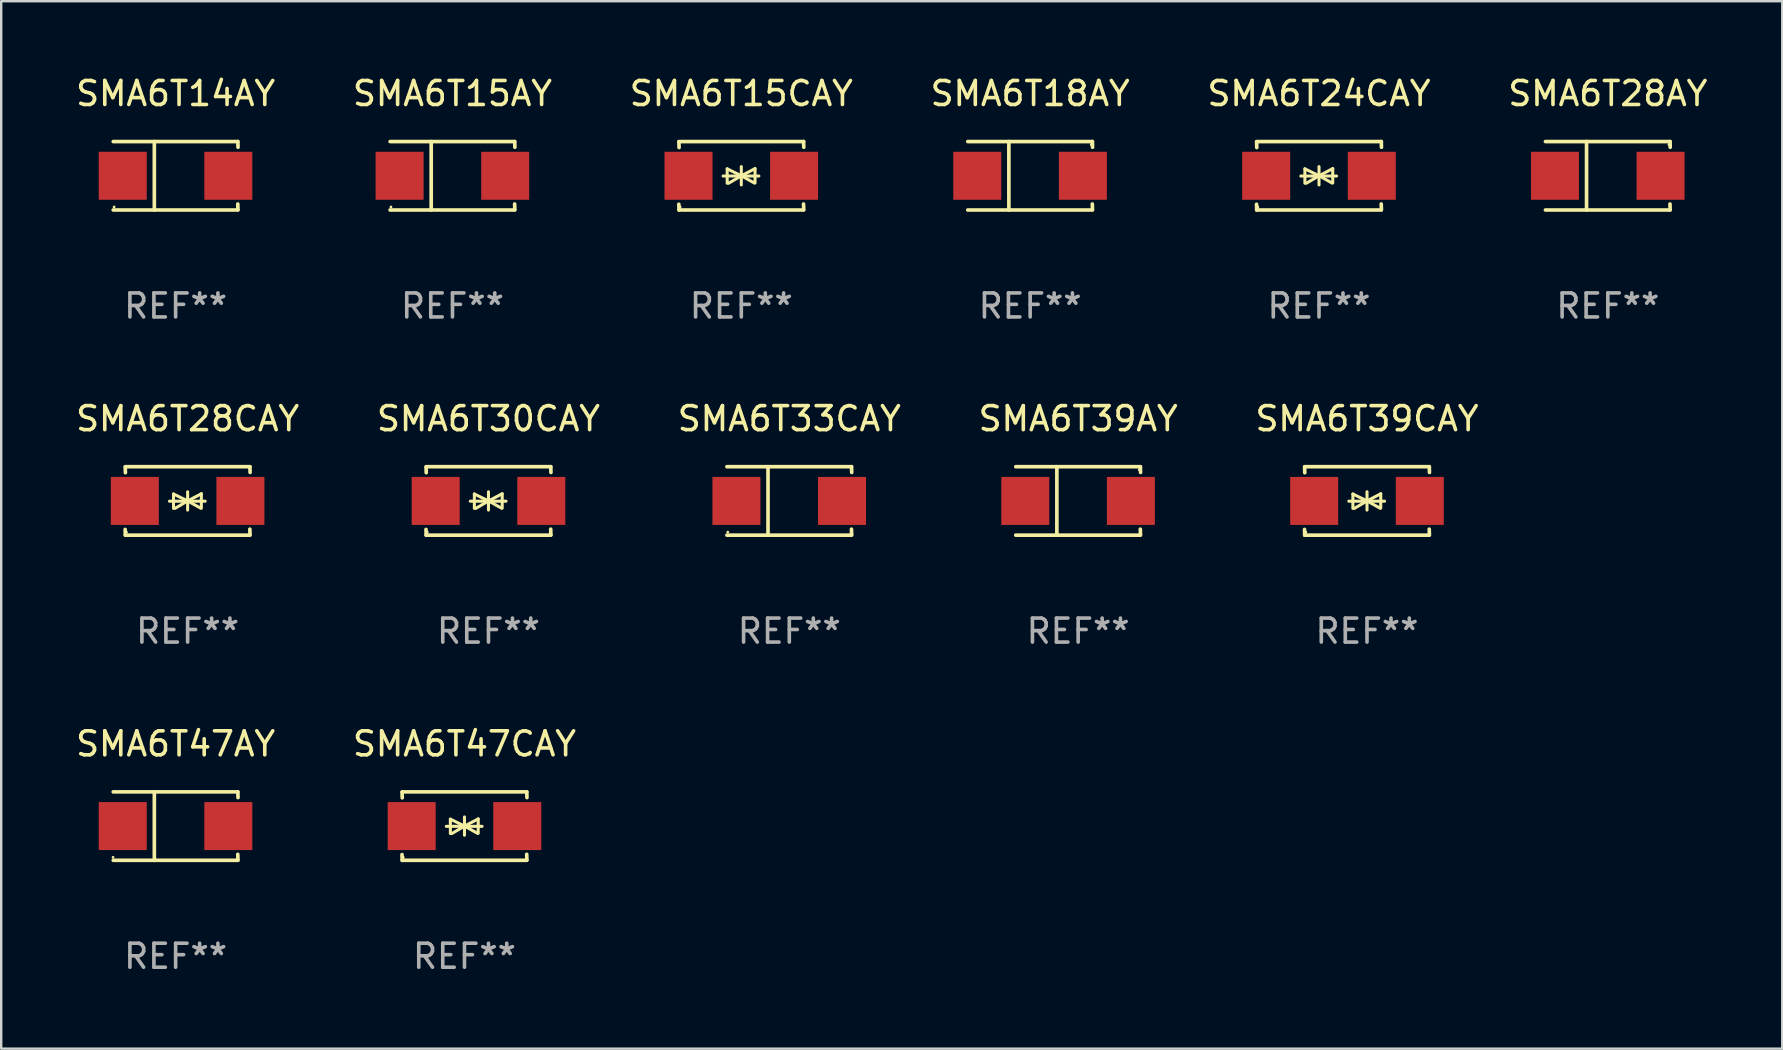
<source format=kicad_pcb>
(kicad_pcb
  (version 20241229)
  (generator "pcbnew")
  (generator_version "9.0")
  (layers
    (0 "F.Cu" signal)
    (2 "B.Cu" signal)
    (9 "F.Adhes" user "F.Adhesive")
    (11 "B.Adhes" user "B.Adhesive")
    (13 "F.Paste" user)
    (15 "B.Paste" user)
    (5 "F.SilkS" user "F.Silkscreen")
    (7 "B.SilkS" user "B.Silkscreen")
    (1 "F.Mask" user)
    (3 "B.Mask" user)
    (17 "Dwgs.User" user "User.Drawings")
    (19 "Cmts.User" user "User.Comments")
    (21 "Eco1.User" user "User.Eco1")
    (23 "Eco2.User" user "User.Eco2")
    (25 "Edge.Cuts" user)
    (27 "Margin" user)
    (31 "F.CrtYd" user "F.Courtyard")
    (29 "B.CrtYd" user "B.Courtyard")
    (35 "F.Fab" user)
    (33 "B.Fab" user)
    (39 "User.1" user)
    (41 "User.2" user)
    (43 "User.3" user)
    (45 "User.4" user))
  (footprint "SMA6T28CAY"
    (layer "F.Cu")
    (at 4.768 17.823)
    (property "Reference" "SMA6T28CAY" (at 0 -3.426 0) (layer "F.SilkS") (effects (font (size 1 1) (thickness 0.15))))
    (attr through_hole)
    (fp_line (start -2.596 -1.426) (end 2.596 -1.426) (stroke (width 0.152) (type solid)) (layer "F.SilkS"))
    (fp_line (start -2.596 1.426) (end -2.603 1.187) (stroke (width 0.152) (type solid)) (layer "F.SilkS"))
    (fp_line (start -2.596 1.426) (end 2.596 1.426) (stroke (width 0.152) (type solid)) (layer "F.SilkS"))
    (fp_line (start -2.593 -1.176) (end -2.6 -1.415) (stroke (width 0.152) (type solid)) (layer "F.SilkS"))
    (fp_line (start -0.758 0.011) (end 0.732 0.011) (stroke (width 0.127) (type solid)) (layer "F.SilkS"))
    (fp_line (start -0.588 -0.289) (end -0.588 0.311) (stroke (width 0.127) (type solid)) (layer "F.SilkS"))
    (fp_line (start -0.588 -0.289) (end 0 0) (stroke (width 0.127) (type solid)) (layer "F.SilkS"))
    (fp_line (start -0.528 0.311) (end 0 0) (stroke (width 0.127) (type solid)) (layer "F.SilkS"))
    (fp_line (start 0 0) (end 0 -0.381) (stroke (width 0.127) (type solid)) (layer "F.SilkS"))
    (fp_line (start 0 0) (end 0 0.381) (stroke (width 0.127) (type solid)) (layer "F.SilkS"))
    (fp_line (start 0.542 0.301) (end 0 0) (stroke (width 0.127) (type solid)) (layer "F.SilkS"))
    (fp_line (start 0.572 -0.299) (end 0 0) (stroke (width 0.127) (type solid)) (layer "F.SilkS"))
    (fp_line (start 0.572 -0.299) (end 0.572 0.301) (stroke (width 0.127) (type solid)) (layer "F.SilkS"))
    (fp_line (start 2.593 1.176) (end 2.6 1.415) (stroke (width 0.152) (type solid)) (layer "F.SilkS"))
    (fp_line (start 2.596 -1.426) (end 2.603 -1.187) (stroke (width 0.152) (type solid)) (layer "F.SilkS"))
    (fp_circle (center -2.55 1.3) (end -2.52 1.3) (stroke (width 0.06) (type solid)) (fill no) (layer "F.SilkS"))
    (fp_text user "REF**" (at 0 5.426 0) (layer "F.Fab") (effects (font (size 1 1) (thickness 0.15))))
    (pad "1" smd rect (at -2.2 0 180) (size 2 2) (layers "F.Cu" "F.Mask" "F.Paste"))
    (pad "2" smd rect (at 2.2 0 180) (size 2 2) (layers "F.Cu" "F.Mask" "F.Paste")))
  (footprint "SMA6T24CAY"
    (layer "F.Cu")
    (at 51.911 4.274)
    (property "Reference" "SMA6T24CAY" (at 0 -3.426 0) (layer "F.SilkS") (effects (font (size 1 1) (thickness 0.15))))
    (attr through_hole)
    (fp_line (start -2.596 -1.426) (end 2.596 -1.426) (stroke (width 0.152) (type solid)) (layer "F.SilkS"))
    (fp_line (start -2.596 1.426) (end -2.603 1.187) (stroke (width 0.152) (type solid)) (layer "F.SilkS"))
    (fp_line (start -2.596 1.426) (end 2.596 1.426) (stroke (width 0.152) (type solid)) (layer "F.SilkS"))
    (fp_line (start -2.593 -1.176) (end -2.6 -1.415) (stroke (width 0.152) (type solid)) (layer "F.SilkS"))
    (fp_line (start -0.758 0.011) (end 0.732 0.011) (stroke (width 0.127) (type solid)) (layer "F.SilkS"))
    (fp_line (start -0.588 -0.289) (end -0.588 0.311) (stroke (width 0.127) (type solid)) (layer "F.SilkS"))
    (fp_line (start -0.588 -0.289) (end 0 0) (stroke (width 0.127) (type solid)) (layer "F.SilkS"))
    (fp_line (start -0.528 0.311) (end 0 0) (stroke (width 0.127) (type solid)) (layer "F.SilkS"))
    (fp_line (start 0 0) (end 0 -0.381) (stroke (width 0.127) (type solid)) (layer "F.SilkS"))
    (fp_line (start 0 0) (end 0 0.381) (stroke (width 0.127) (type solid)) (layer "F.SilkS"))
    (fp_line (start 0.542 0.301) (end 0 0) (stroke (width 0.127) (type solid)) (layer "F.SilkS"))
    (fp_line (start 0.572 -0.299) (end 0 0) (stroke (width 0.127) (type solid)) (layer "F.SilkS"))
    (fp_line (start 0.572 -0.299) (end 0.572 0.301) (stroke (width 0.127) (type solid)) (layer "F.SilkS"))
    (fp_line (start 2.593 1.176) (end 2.6 1.415) (stroke (width 0.152) (type solid)) (layer "F.SilkS"))
    (fp_line (start 2.596 -1.426) (end 2.603 -1.187) (stroke (width 0.152) (type solid)) (layer "F.SilkS"))
    (fp_circle (center -2.55 1.3) (end -2.52 1.3) (stroke (width 0.06) (type solid)) (fill no) (layer "F.SilkS"))
    (fp_text user "REF**" (at 0 5.426 0) (layer "F.Fab") (effects (font (size 1 1) (thickness 0.15))))
    (pad "1" smd rect (at -2.2 0 180) (size 2 2) (layers "F.Cu" "F.Mask" "F.Paste"))
    (pad "2" smd rect (at 2.2 0 180) (size 2 2) (layers "F.Cu" "F.Mask" "F.Paste")))
  (footprint "SMA6T18AY"
    (layer "F.Cu")
    (at 39.875 4.274)
    (property "Reference" "SMA6T18AY" (at 0 -3.426 0) (layer "F.SilkS") (effects (font (size 1 1) (thickness 0.15))))
    (attr through_hole)
    (fp_line (start -2.6 -1.426) (end 2.593 -1.426) (stroke (width 0.152) (type solid)) (layer "F.SilkS"))
    (fp_line (start -2.6 1.426) (end 2.593 1.426) (stroke (width 0.152) (type solid)) (layer "F.SilkS"))
    (fp_line (start -0.887 -1.426) (end -0.887 1.426) (stroke (width 0.152) (type solid)) (layer "F.SilkS"))
    (fp_line (start 2.59 1.176) (end 2.597 1.415) (stroke (width 0.152) (type solid)) (layer "F.SilkS"))
    (fp_line (start 2.593 -1.426) (end 2.6 -1.187) (stroke (width 0.152) (type solid)) (layer "F.SilkS"))
    (fp_circle (center 2.547 -1.3) (end 2.577 -1.3) (stroke (width 0.06) (type solid)) (fill no) (layer "F.SilkS"))
    (fp_text user "REF**" (at 0 5.426 0) (layer "F.Fab") (effects (font (size 1 1) (thickness 0.15))))
    (pad "1" smd rect (at 2.197 -0.000025 180) (size 2 2) (layers "F.Cu" "F.Mask" "F.Paste"))
    (pad "2" smd rect (at -2.203 -0.000025 180) (size 2 2) (layers "F.Cu" "F.Mask" "F.Paste")))
  (footprint "SMA6T39CAY"
    (layer "F.Cu")
    (at 53.911 17.823)
    (property "Reference" "SMA6T39CAY" (at 0 -3.426 0) (layer "F.SilkS") (effects (font (size 1 1) (thickness 0.15))))
    (attr through_hole)
    (fp_line (start -2.596 -1.426) (end 2.596 -1.426) (stroke (width 0.152) (type solid)) (layer "F.SilkS"))
    (fp_line (start -2.596 1.426) (end -2.603 1.187) (stroke (width 0.152) (type solid)) (layer "F.SilkS"))
    (fp_line (start -2.596 1.426) (end 2.596 1.426) (stroke (width 0.152) (type solid)) (layer "F.SilkS"))
    (fp_line (start -2.593 -1.176) (end -2.6 -1.415) (stroke (width 0.152) (type solid)) (layer "F.SilkS"))
    (fp_line (start -0.758 0.011) (end 0.732 0.011) (stroke (width 0.127) (type solid)) (layer "F.SilkS"))
    (fp_line (start -0.588 -0.289) (end -0.588 0.311) (stroke (width 0.127) (type solid)) (layer "F.SilkS"))
    (fp_line (start -0.588 -0.289) (end 0 0) (stroke (width 0.127) (type solid)) (layer "F.SilkS"))
    (fp_line (start -0.528 0.311) (end 0 0) (stroke (width 0.127) (type solid)) (layer "F.SilkS"))
    (fp_line (start 0 0) (end 0 -0.381) (stroke (width 0.127) (type solid)) (layer "F.SilkS"))
    (fp_line (start 0 0) (end 0 0.381) (stroke (width 0.127) (type solid)) (layer "F.SilkS"))
    (fp_line (start 0.542 0.301) (end 0 0) (stroke (width 0.127) (type solid)) (layer "F.SilkS"))
    (fp_line (start 0.572 -0.299) (end 0 0) (stroke (width 0.127) (type solid)) (layer "F.SilkS"))
    (fp_line (start 0.572 -0.299) (end 0.572 0.301) (stroke (width 0.127) (type solid)) (layer "F.SilkS"))
    (fp_line (start 2.593 1.176) (end 2.6 1.415) (stroke (width 0.152) (type solid)) (layer "F.SilkS"))
    (fp_line (start 2.596 -1.426) (end 2.603 -1.187) (stroke (width 0.152) (type solid)) (layer "F.SilkS"))
    (fp_circle (center -2.55 1.3) (end -2.52 1.3) (stroke (width 0.06) (type solid)) (fill no) (layer "F.SilkS"))
    (fp_text user "REF**" (at 0 5.426 0) (layer "F.Fab") (effects (font (size 1 1) (thickness 0.15))))
    (pad "1" smd rect (at -2.2 0 180) (size 2 2) (layers "F.Cu" "F.Mask" "F.Paste"))
    (pad "2" smd rect (at 2.2 0 180) (size 2 2) (layers "F.Cu" "F.Mask" "F.Paste")))
  (footprint "SMA6T39AY"
    (layer "F.Cu")
    (at 41.875 17.823)
    (property "Reference" "SMA6T39AY" (at 0 -3.426 0) (layer "F.SilkS") (effects (font (size 1 1) (thickness 0.15))))
    (attr through_hole)
    (fp_line (start -2.6 -1.426) (end 2.593 -1.426) (stroke (width 0.152) (type solid)) (layer "F.SilkS"))
    (fp_line (start -2.6 1.426) (end 2.593 1.426) (stroke (width 0.152) (type solid)) (layer "F.SilkS"))
    (fp_line (start -0.887 -1.426) (end -0.887 1.426) (stroke (width 0.152) (type solid)) (layer "F.SilkS"))
    (fp_line (start 2.59 1.176) (end 2.597 1.415) (stroke (width 0.152) (type solid)) (layer "F.SilkS"))
    (fp_line (start 2.593 -1.426) (end 2.6 -1.187) (stroke (width 0.152) (type solid)) (layer "F.SilkS"))
    (fp_circle (center 2.547 -1.3) (end 2.577 -1.3) (stroke (width 0.06) (type solid)) (fill no) (layer "F.SilkS"))
    (fp_text user "REF**" (at 0 5.426 0) (layer "F.Fab") (effects (font (size 1 1) (thickness 0.15))))
    (pad "1" smd rect (at 2.197 -0.000025 180) (size 2 2) (layers "F.Cu" "F.Mask" "F.Paste"))
    (pad "2" smd rect (at -2.203 -0.000025 180) (size 2 2) (layers "F.Cu" "F.Mask" "F.Paste")))
  (footprint "SMA6T28AY"
    (layer "F.Cu")
    (at 63.946 4.274)
    (property "Reference" "SMA6T28AY" (at 0 -3.426 0) (layer "F.SilkS") (effects (font (size 1 1) (thickness 0.15))))
    (attr through_hole)
    (fp_line (start -2.6 -1.426) (end 2.593 -1.426) (stroke (width 0.152) (type solid)) (layer "F.SilkS"))
    (fp_line (start -2.6 1.426) (end 2.593 1.426) (stroke (width 0.152) (type solid)) (layer "F.SilkS"))
    (fp_line (start -0.887 -1.426) (end -0.887 1.426) (stroke (width 0.152) (type solid)) (layer "F.SilkS"))
    (fp_line (start 2.59 1.176) (end 2.597 1.415) (stroke (width 0.152) (type solid)) (layer "F.SilkS"))
    (fp_line (start 2.593 -1.426) (end 2.6 -1.187) (stroke (width 0.152) (type solid)) (layer "F.SilkS"))
    (fp_circle (center 2.547 -1.3) (end 2.577 -1.3) (stroke (width 0.06) (type solid)) (fill no) (layer "F.SilkS"))
    (fp_text user "REF**" (at 0 5.426 0) (layer "F.Fab") (effects (font (size 1 1) (thickness 0.15))))
    (pad "1" smd rect (at 2.197 -0.000025 180) (size 2 2) (layers "F.Cu" "F.Mask" "F.Paste"))
    (pad "2" smd rect (at -2.203 -0.000025 180) (size 2 2) (layers "F.Cu" "F.Mask" "F.Paste")))
  (footprint "SMA6T47AY"
    (layer "F.Cu")
    (at 4.268 31.372)
    (property "Reference" "SMA6T47AY" (at 0 -3.426 0) (layer "F.SilkS") (effects (font (size 1 1) (thickness 0.15))))
    (attr through_hole)
    (fp_line (start -2.6 -1.426) (end 2.593 -1.426) (stroke (width 0.152) (type solid)) (layer "F.SilkS"))
    (fp_line (start -2.6 1.426) (end 2.593 1.426) (stroke (width 0.152) (type solid)) (layer "F.SilkS"))
    (fp_line (start -0.887 -1.426) (end -0.887 1.426) (stroke (width 0.152) (type solid)) (layer "F.SilkS"))
    (fp_line (start 2.59 1.176) (end 2.597 1.415) (stroke (width 0.152) (type solid)) (layer "F.SilkS"))
    (fp_line (start 2.593 -1.426) (end 2.6 -1.187) (stroke (width 0.152) (type solid)) (layer "F.SilkS"))
    (fp_circle (center -2.608 1.3) (end -2.578 1.3) (stroke (width 0.06) (type solid)) (fill no) (layer "F.SilkS"))
    (fp_text user "REF**" (at 0 5.426 0) (layer "F.Fab") (effects (font (size 1 1) (thickness 0.15))))
    (pad "1" smd rect (at -2.203 0 180) (size 2 2) (layers "F.Cu" "F.Mask" "F.Paste"))
    (pad "2" smd rect (at 2.197 0 180) (size 2 2) (layers "F.Cu" "F.Mask" "F.Paste")))
  (footprint "SMA6T15CAY"
    (layer "F.Cu")
    (at 27.839 4.274)
    (property "Reference" "SMA6T15CAY" (at 0 -3.426 0) (layer "F.SilkS") (effects (font (size 1 1) (thickness 0.15))))
    (attr through_hole)
    (fp_line (start -2.596 -1.426) (end 2.596 -1.426) (stroke (width 0.152) (type solid)) (layer "F.SilkS"))
    (fp_line (start -2.596 1.426) (end -2.603 1.187) (stroke (width 0.152) (type solid)) (layer "F.SilkS"))
    (fp_line (start -2.596 1.426) (end 2.596 1.426) (stroke (width 0.152) (type solid)) (layer "F.SilkS"))
    (fp_line (start -2.593 -1.176) (end -2.6 -1.415) (stroke (width 0.152) (type solid)) (layer "F.SilkS"))
    (fp_line (start -0.758 0.011) (end 0.732 0.011) (stroke (width 0.127) (type solid)) (layer "F.SilkS"))
    (fp_line (start -0.588 -0.289) (end -0.588 0.311) (stroke (width 0.127) (type solid)) (layer "F.SilkS"))
    (fp_line (start -0.588 -0.289) (end 0 0) (stroke (width 0.127) (type solid)) (layer "F.SilkS"))
    (fp_line (start -0.528 0.311) (end 0 0) (stroke (width 0.127) (type solid)) (layer "F.SilkS"))
    (fp_line (start 0 0) (end 0 -0.381) (stroke (width 0.127) (type solid)) (layer "F.SilkS"))
    (fp_line (start 0 0) (end 0 0.381) (stroke (width 0.127) (type solid)) (layer "F.SilkS"))
    (fp_line (start 0.542 0.301) (end 0 0) (stroke (width 0.127) (type solid)) (layer "F.SilkS"))
    (fp_line (start 0.572 -0.299) (end 0 0) (stroke (width 0.127) (type solid)) (layer "F.SilkS"))
    (fp_line (start 0.572 -0.299) (end 0.572 0.301) (stroke (width 0.127) (type solid)) (layer "F.SilkS"))
    (fp_line (start 2.593 1.176) (end 2.6 1.415) (stroke (width 0.152) (type solid)) (layer "F.SilkS"))
    (fp_line (start 2.596 -1.426) (end 2.603 -1.187) (stroke (width 0.152) (type solid)) (layer "F.SilkS"))
    (fp_circle (center -2.55 1.3) (end -2.52 1.3) (stroke (width 0.06) (type solid)) (fill no) (layer "F.SilkS"))
    (fp_text user "REF**" (at 0 5.426 0) (layer "F.Fab") (effects (font (size 1 1) (thickness 0.15))))
    (pad "1" smd rect (at -2.2 0 180) (size 2 2) (layers "F.Cu" "F.Mask" "F.Paste"))
    (pad "2" smd rect (at 2.2 0 180) (size 2 2) (layers "F.Cu" "F.Mask" "F.Paste")))
  (footprint "SMA6T15AY"
    (layer "F.Cu")
    (at 15.804 4.274)
    (property "Reference" "SMA6T15AY" (at 0 -3.426 0) (layer "F.SilkS") (effects (font (size 1 1) (thickness 0.15))))
    (attr through_hole)
    (fp_line (start -2.6 -1.426) (end 2.593 -1.426) (stroke (width 0.152) (type solid)) (layer "F.SilkS"))
    (fp_line (start -2.6 1.426) (end 2.593 1.426) (stroke (width 0.152) (type solid)) (layer "F.SilkS"))
    (fp_line (start -0.887 -1.426) (end -0.887 1.426) (stroke (width 0.152) (type solid)) (layer "F.SilkS"))
    (fp_line (start 2.59 1.176) (end 2.597 1.415) (stroke (width 0.152) (type solid)) (layer "F.SilkS"))
    (fp_line (start 2.593 -1.426) (end 2.6 -1.187) (stroke (width 0.152) (type solid)) (layer "F.SilkS"))
    (fp_circle (center -2.563 1.3) (end -2.533 1.3) (stroke (width 0.06) (type solid)) (fill no) (layer "F.SilkS"))
    (fp_text user "REF**" (at 0 5.426 0) (layer "F.Fab") (effects (font (size 1 1) (thickness 0.15))))
    (pad "1" smd rect (at -2.203 -0.000025 180) (size 2 2) (layers "F.Cu" "F.Mask" "F.Paste"))
    (pad "2" smd rect (at 2.197 -0.000025 180) (size 2 2) (layers "F.Cu" "F.Mask" "F.Paste")))
  (footprint "SMA6T14AY"
    (layer "F.Cu")
    (at 4.268 4.274)
    (property "Reference" "SMA6T14AY" (at 0 -3.426 0) (layer "F.SilkS") (effects (font (size 1 1) (thickness 0.15))))
    (attr through_hole)
    (fp_line (start -2.6 -1.426) (end 2.593 -1.426) (stroke (width 0.152) (type solid)) (layer "F.SilkS"))
    (fp_line (start -2.6 1.426) (end 2.593 1.426) (stroke (width 0.152) (type solid)) (layer "F.SilkS"))
    (fp_line (start -0.887 -1.426) (end -0.887 1.426) (stroke (width 0.152) (type solid)) (layer "F.SilkS"))
    (fp_line (start 2.59 1.176) (end 2.597 1.415) (stroke (width 0.152) (type solid)) (layer "F.SilkS"))
    (fp_line (start 2.593 -1.426) (end 2.6 -1.187) (stroke (width 0.152) (type solid)) (layer "F.SilkS"))
    (fp_circle (center -2.563 1.3) (end -2.533 1.3) (stroke (width 0.06) (type solid)) (fill no) (layer "F.SilkS"))
    (fp_text user "REF**" (at 0 5.426 0) (layer "F.Fab") (effects (font (size 1 1) (thickness 0.15))))
    (pad "1" smd rect (at -2.203 -0.000025 180) (size 2 2) (layers "F.Cu" "F.Mask" "F.Paste"))
    (pad "2" smd rect (at 2.197 -0.000025 180) (size 2 2) (layers "F.Cu" "F.Mask" "F.Paste")))
  (footprint "SMA6T33CAY"
    (layer "F.Cu")
    (at 29.839 17.823)
    (property "Reference" "SMA6T33CAY" (at 0 -3.426 0) (layer "F.SilkS") (effects (font (size 1 1) (thickness 0.15))))
    (attr through_hole)
    (fp_line (start -2.6 -1.426) (end 2.593 -1.426) (stroke (width 0.152) (type solid)) (layer "F.SilkS"))
    (fp_line (start -2.6 1.426) (end 2.593 1.426) (stroke (width 0.152) (type solid)) (layer "F.SilkS"))
    (fp_line (start -0.887 -1.426) (end -0.887 1.426) (stroke (width 0.152) (type solid)) (layer "F.SilkS"))
    (fp_line (start 2.59 1.176) (end 2.597 1.415) (stroke (width 0.152) (type solid)) (layer "F.SilkS"))
    (fp_line (start 2.593 -1.426) (end 2.6 -1.187) (stroke (width 0.152) (type solid)) (layer "F.SilkS"))
    (fp_circle (center -2.563 1.3) (end -2.533 1.3) (stroke (width 0.06) (type solid)) (fill no) (layer "F.SilkS"))
    (fp_text user "REF**" (at 0 5.426 0) (layer "F.Fab") (effects (font (size 1 1) (thickness 0.15))))
    (pad "1" smd rect (at -2.203 -0.000025 180) (size 2 2) (layers "F.Cu" "F.Mask" "F.Paste"))
    (pad "2" smd rect (at 2.197 -0.000025 180) (size 2 2) (layers "F.Cu" "F.Mask" "F.Paste")))
  (footprint "SMA6T47CAY"
    (layer "F.Cu")
    (at 16.304 31.372)
    (property "Reference" "SMA6T47CAY" (at 0 -3.426 0) (layer "F.SilkS") (effects (font (size 1 1) (thickness 0.15))))
    (attr through_hole)
    (fp_line (start -2.596 -1.426) (end 2.596 -1.426) (stroke (width 0.152) (type solid)) (layer "F.SilkS"))
    (fp_line (start -2.596 1.426) (end -2.603 1.187) (stroke (width 0.152) (type solid)) (layer "F.SilkS"))
    (fp_line (start -2.596 1.426) (end 2.596 1.426) (stroke (width 0.152) (type solid)) (layer "F.SilkS"))
    (fp_line (start -2.593 -1.176) (end -2.6 -1.415) (stroke (width 0.152) (type solid)) (layer "F.SilkS"))
    (fp_line (start -0.758 0.011) (end 0.732 0.011) (stroke (width 0.127) (type solid)) (layer "F.SilkS"))
    (fp_line (start -0.588 -0.289) (end -0.588 0.311) (stroke (width 0.127) (type solid)) (layer "F.SilkS"))
    (fp_line (start -0.588 -0.289) (end 0 0) (stroke (width 0.127) (type solid)) (layer "F.SilkS"))
    (fp_line (start -0.528 0.311) (end 0 0) (stroke (width 0.127) (type solid)) (layer "F.SilkS"))
    (fp_line (start 0 0) (end 0 -0.381) (stroke (width 0.127) (type solid)) (layer "F.SilkS"))
    (fp_line (start 0 0) (end 0 0.381) (stroke (width 0.127) (type solid)) (layer "F.SilkS"))
    (fp_line (start 0.542 0.301) (end 0 0) (stroke (width 0.127) (type solid)) (layer "F.SilkS"))
    (fp_line (start 0.572 -0.299) (end 0 0) (stroke (width 0.127) (type solid)) (layer "F.SilkS"))
    (fp_line (start 0.572 -0.299) (end 0.572 0.301) (stroke (width 0.127) (type solid)) (layer "F.SilkS"))
    (fp_line (start 2.593 1.176) (end 2.6 1.415) (stroke (width 0.152) (type solid)) (layer "F.SilkS"))
    (fp_line (start 2.596 -1.426) (end 2.603 -1.187) (stroke (width 0.152) (type solid)) (layer "F.SilkS"))
    (fp_circle (center -2.55 1.3) (end -2.52 1.3) (stroke (width 0.06) (type solid)) (fill no) (layer "F.SilkS"))
    (fp_text user "REF**" (at 0 5.426 0) (layer "F.Fab") (effects (font (size 1 1) (thickness 0.15))))
    (pad "1" smd rect (at -2.2 0 180) (size 2 2) (layers "F.Cu" "F.Mask" "F.Paste"))
    (pad "2" smd rect (at 2.2 0 180) (size 2 2) (layers "F.Cu" "F.Mask" "F.Paste")))
  (footprint "SMA6T30CAY"
    (layer "F.Cu")
    (at 17.304 17.823)
    (property "Reference" "SMA6T30CAY" (at 0 -3.426 0) (layer "F.SilkS") (effects (font (size 1 1) (thickness 0.15))))
    (attr through_hole)
    (fp_line (start -2.596 -1.426) (end 2.596 -1.426) (stroke (width 0.152) (type solid)) (layer "F.SilkS"))
    (fp_line (start -2.596 1.426) (end -2.603 1.187) (stroke (width 0.152) (type solid)) (layer "F.SilkS"))
    (fp_line (start -2.596 1.426) (end 2.596 1.426) (stroke (width 0.152) (type solid)) (layer "F.SilkS"))
    (fp_line (start -2.593 -1.176) (end -2.6 -1.415) (stroke (width 0.152) (type solid)) (layer "F.SilkS"))
    (fp_line (start -0.758 0.011) (end 0.732 0.011) (stroke (width 0.127) (type solid)) (layer "F.SilkS"))
    (fp_line (start -0.588 -0.289) (end -0.588 0.311) (stroke (width 0.127) (type solid)) (layer "F.SilkS"))
    (fp_line (start -0.588 -0.289) (end 0 0) (stroke (width 0.127) (type solid)) (layer "F.SilkS"))
    (fp_line (start -0.528 0.311) (end 0 0) (stroke (width 0.127) (type solid)) (layer "F.SilkS"))
    (fp_line (start 0 0) (end 0 -0.381) (stroke (width 0.127) (type solid)) (layer "F.SilkS"))
    (fp_line (start 0 0) (end 0 0.381) (stroke (width 0.127) (type solid)) (layer "F.SilkS"))
    (fp_line (start 0.542 0.301) (end 0 0) (stroke (width 0.127) (type solid)) (layer "F.SilkS"))
    (fp_line (start 0.572 -0.299) (end 0 0) (stroke (width 0.127) (type solid)) (layer "F.SilkS"))
    (fp_line (start 0.572 -0.299) (end 0.572 0.301) (stroke (width 0.127) (type solid)) (layer "F.SilkS"))
    (fp_line (start 2.593 1.176) (end 2.6 1.415) (stroke (width 0.152) (type solid)) (layer "F.SilkS"))
    (fp_line (start 2.596 -1.426) (end 2.603 -1.187) (stroke (width 0.152) (type solid)) (layer "F.SilkS"))
    (fp_circle (center -2.55 1.3) (end -2.52 1.3) (stroke (width 0.06) (type solid)) (fill no) (layer "F.SilkS"))
    (fp_text user "REF**" (at 0 5.426 0) (layer "F.Fab") (effects (font (size 1 1) (thickness 0.15))))
    (pad "1" smd rect (at -2.2 0 180) (size 2 2) (layers "F.Cu" "F.Mask" "F.Paste"))
    (pad "2" smd rect (at 2.2 0 180) (size 2 2) (layers "F.Cu" "F.Mask" "F.Paste")))
  (gr_rect
    (start -3 -3)
    (end 71.214 40.647)
    (stroke (width 0.1) (type default))
    (fill no)
    (layer "Edge.Cuts")))
</source>
